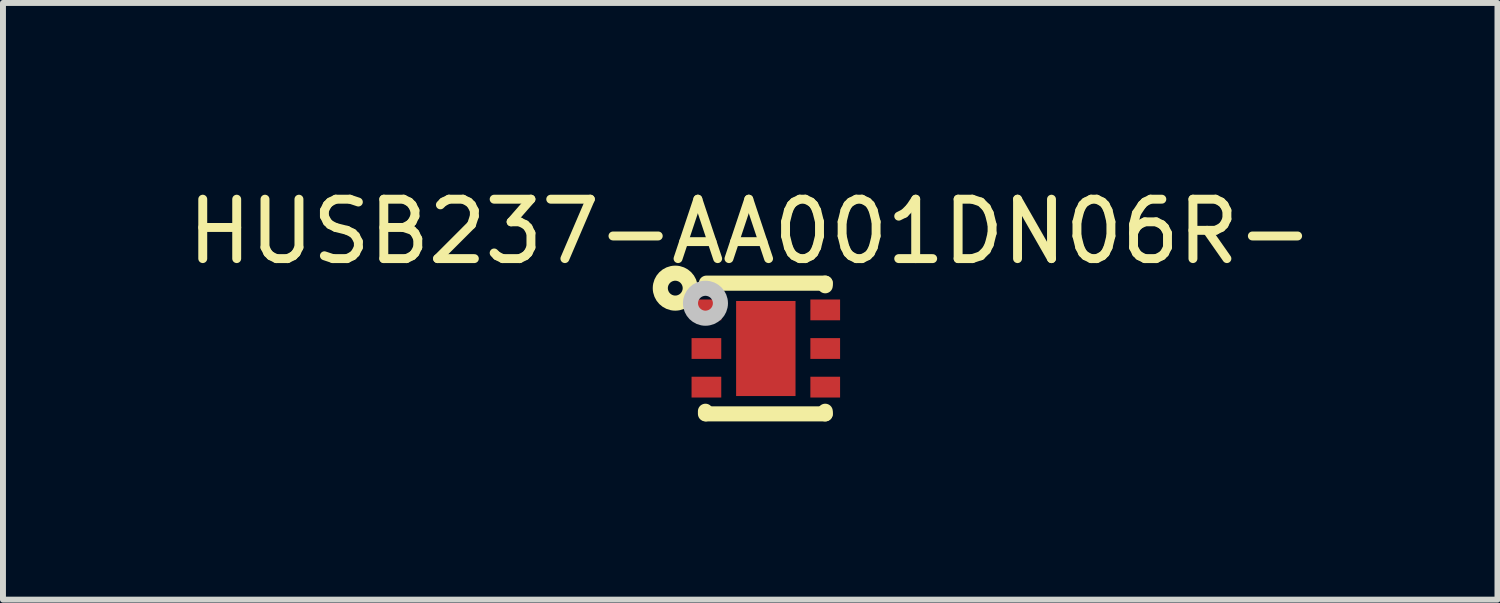
<source format=kicad_pcb>
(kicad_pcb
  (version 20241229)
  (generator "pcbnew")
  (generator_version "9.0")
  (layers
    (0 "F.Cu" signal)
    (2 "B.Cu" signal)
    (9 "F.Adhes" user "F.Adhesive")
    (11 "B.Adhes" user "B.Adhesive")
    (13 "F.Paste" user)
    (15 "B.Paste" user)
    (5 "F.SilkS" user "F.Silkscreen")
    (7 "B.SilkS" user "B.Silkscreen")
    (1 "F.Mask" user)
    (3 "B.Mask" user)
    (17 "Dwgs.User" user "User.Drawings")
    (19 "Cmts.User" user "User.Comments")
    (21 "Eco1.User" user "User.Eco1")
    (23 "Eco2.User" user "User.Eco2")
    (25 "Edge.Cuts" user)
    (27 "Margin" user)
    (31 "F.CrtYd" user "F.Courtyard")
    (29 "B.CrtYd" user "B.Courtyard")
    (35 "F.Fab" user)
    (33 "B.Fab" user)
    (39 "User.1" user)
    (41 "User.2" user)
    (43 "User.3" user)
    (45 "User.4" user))
  (footprint "HUSB237-AA001DN06R-"
    (layer "F.Cu")
    (at 9.84 2.816)
    (property "Reference" "HUSB237-AA001DN06R-" (at -0.263 -1.968 0) (layer "F.SilkS") (effects (font (size 1 1) (thickness 0.15))))
    (fp_line (start -1.016 1.056) (end -1.016 1.1) (stroke (width 0.254) (type default)) (layer "F.SilkS"))
    (fp_line (start -1 -1.1) (end 1 -1.1) (stroke (width 0.254) (type default)) (layer "F.SilkS"))
    (fp_line (start -1 1.1) (end 1 1.1) (stroke (width 0.254) (type default)) (layer "F.SilkS"))
    (fp_line (start 1 -1.1) (end 1 -1.056) (stroke (width 0.254) (type default)) (layer "F.SilkS"))
    (fp_line (start 1 1.056) (end 1 1.1) (stroke (width 0.254) (type default)) (layer "F.SilkS"))
    (fp_circle (center -1.524 -1.016) (end -1.399 -1.016) (stroke (width 0.254) (type default)) (fill no) (layer "F.SilkS"))
    (fp_circle (center -1.016 -0.762) (end -0.891 -0.762) (stroke (width 0.254) (type default)) (fill no) (layer "Dwgs.User"))
    (fp_poly (pts (xy -0.7 -0.8) (xy -0.7 -0.5) (xy -1 -0.5) (xy -1 -0.8)) (stroke (width 0.1) (type default)) (fill no) (layer "User.1"))
    (fp_poly (pts (xy -0.7 -0.15) (xy -0.7 0.15) (xy -1 0.15) (xy -1 -0.15)) (stroke (width 0.1) (type default)) (fill no) (layer "User.1"))
    (fp_poly (pts (xy -0.7 0.5) (xy -0.7 0.8) (xy -1 0.8) (xy -1 0.5)) (stroke (width 0.1) (type default)) (fill no) (layer "User.1"))
    (fp_poly (pts (xy 0.5 0.8) (xy -0.5 0.8) (xy -0.5 -0.8) (xy 0.5 -0.8)) (stroke (width 0.1) (type default)) (fill no) (layer "User.1"))
    (fp_poly (pts (xy 1 -0.8) (xy 1 -0.5) (xy 0.7 -0.5) (xy 0.7 -0.8)) (stroke (width 0.1) (type default)) (fill no) (layer "User.1"))
    (fp_poly (pts (xy 1 -0.15) (xy 1 0.15) (xy 0.7 0.15) (xy 0.7 -0.15)) (stroke (width 0.1) (type default)) (fill no) (layer "User.1"))
    (fp_poly (pts (xy 1 0.5) (xy 1 0.8) (xy 0.7 0.8) (xy 0.7 0.5)) (stroke (width 0.1) (type default)) (fill no) (layer "User.1"))
    (fp_line (start -1 -1) (end 1 -1) (stroke (width 0.051) (type default)) (layer "User.2"))
    (fp_line (start -1 1) (end -1 -1) (stroke (width 0.051) (type default)) (layer "User.2"))
    (fp_line (start 1 -1) (end 1 1) (stroke (width 0.051) (type default)) (layer "User.2"))
    (fp_line (start 1 1) (end -1 1) (stroke (width 0.051) (type default)) (layer "User.2"))
    (fp_poly (pts (xy -0.945 -1.023) (xy -0.977 -1.055) (xy -1.023 -1.055) (xy -1.055 -1.023) (xy -1.055 -0.977) (xy -1.023 -0.945) (xy -0.977 -0.945) (xy -0.945 -0.977)) (stroke (width 0.1) (type default)) (fill no) (layer "User.3"))
    (pad "1" smd rect (at -1 -0.65 90) (size 0.35 0.5) (layers "F.Cu" "F.Mask" "F.Paste"))
    (pad "2" smd rect (at -1 0 90) (size 0.35 0.5) (layers "F.Cu" "F.Mask" "F.Paste"))
    (pad "3" smd rect (at -1 0.65 90) (size 0.35 0.5) (layers "F.Cu" "F.Mask" "F.Paste"))
    (pad "4" smd rect (at 1 0.65 90) (size 0.35 0.5) (layers "F.Cu" "F.Mask" "F.Paste"))
    (pad "5" smd rect (at 1 0 90) (size 0.35 0.5) (layers "F.Cu" "F.Mask" "F.Paste"))
    (pad "6" smd rect (at 1 -0.65 90) (size 0.35 0.5) (layers "F.Cu" "F.Mask" "F.Paste"))
    (pad "7" smd rect (at 0 0 180) (size 1 1.6) (layers "F.Cu" "F.Mask" "F.Paste")))
  (gr_rect
    (start -3 -3)
    (end 22.155 7.043)
    (stroke (width 0.1) (type default))
    (fill no)
    (layer "Edge.Cuts")))
</source>
